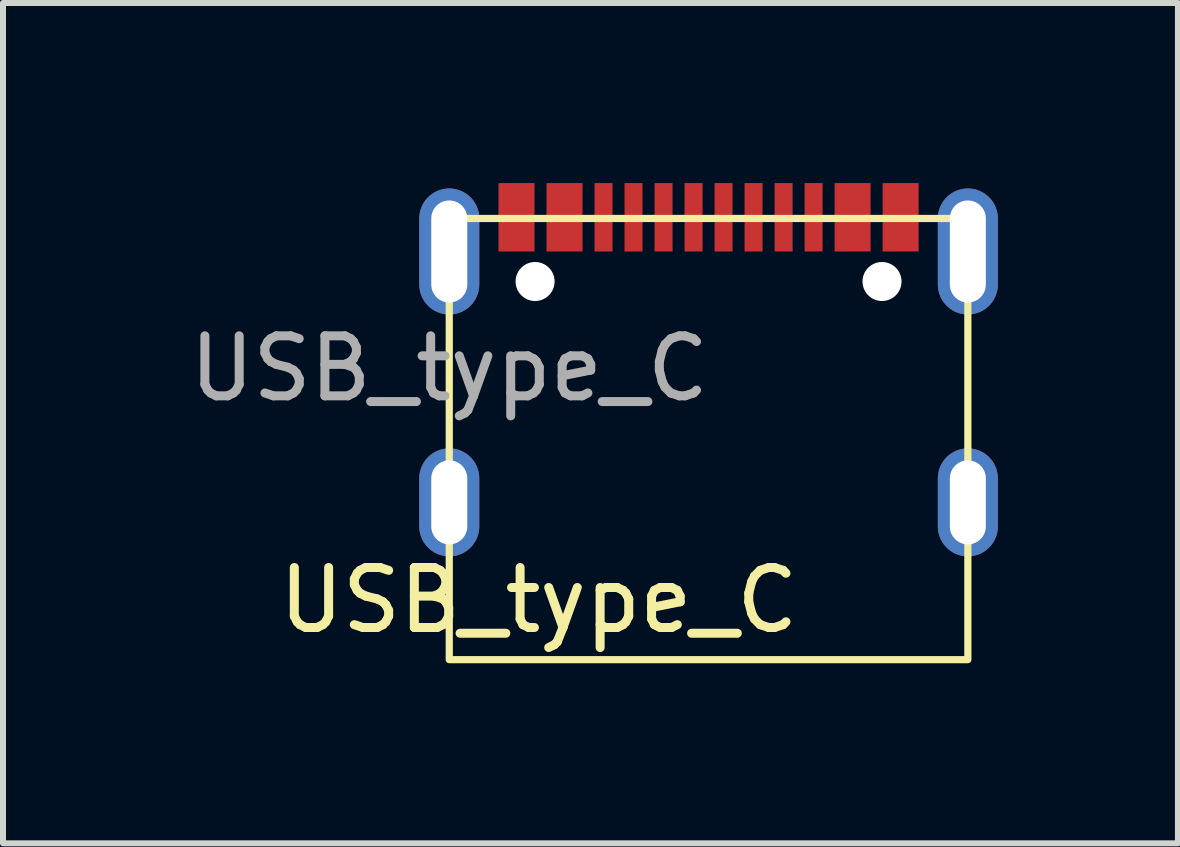
<source format=kicad_pcb>
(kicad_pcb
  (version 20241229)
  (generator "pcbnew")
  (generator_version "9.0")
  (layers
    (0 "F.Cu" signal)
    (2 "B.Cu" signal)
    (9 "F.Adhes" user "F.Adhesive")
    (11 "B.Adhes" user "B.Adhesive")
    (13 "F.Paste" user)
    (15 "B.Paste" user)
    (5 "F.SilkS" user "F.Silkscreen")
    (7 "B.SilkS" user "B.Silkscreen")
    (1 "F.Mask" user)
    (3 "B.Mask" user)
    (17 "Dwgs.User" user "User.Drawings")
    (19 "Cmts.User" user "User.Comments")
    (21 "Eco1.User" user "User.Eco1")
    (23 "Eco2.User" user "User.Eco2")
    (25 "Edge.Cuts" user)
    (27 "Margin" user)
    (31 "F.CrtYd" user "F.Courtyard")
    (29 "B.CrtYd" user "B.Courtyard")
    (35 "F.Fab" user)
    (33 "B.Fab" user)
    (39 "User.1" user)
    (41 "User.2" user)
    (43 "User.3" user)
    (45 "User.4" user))
  (footprint "USB_type_C"
    (layer "F.Cu")
    (at 4.435 0.59)
    (property "Reference" "USB_type_C" (at 1.49 6.36 0) (unlocked yes) (layer "F.SilkS") (effects (font (size 1 1) (thickness 0.15))))
    (attr through_hole)
    (fp_rect (start 0 0) (end 8.64 7.35) (stroke (width 0.12) (type solid)) (fill no) (layer "F.SilkS"))
    (fp_text user "${REFERENCE}" (at 0 2.5 0) (unlocked yes) (layer "F.Fab") (effects (font (size 1 1) (thickness 0.15))))
    (pad "" np_thru_hole circle (at 1.43 1.05 90) (size 0.65 0.65) (drill 0.65) (layers "*.Cu" "*.Mask"))
    (pad "" np_thru_hole circle (at 7.21 1.05 90) (size 0.65 0.65) (drill 0.65) (layers "*.Cu" "*.Mask"))
    (pad "1" smd rect (at 1.12 -0.02 180) (size 0.6 1.14) (layers "F.Cu" "F.Mask" "F.Paste"))
    (pad "2" smd rect (at 1.92 -0.02 180) (size 0.6 1.14) (layers "F.Cu" "F.Mask" "F.Paste"))
    (pad "3" smd rect (at 2.57 -0.02 180) (size 0.3 1.14) (layers "F.Cu" "F.Mask" "F.Paste"))
    (pad "4" smd rect (at 3.07 -0.02 180) (size 0.3 1.14) (layers "F.Cu" "F.Mask" "F.Paste"))
    (pad "5" smd rect (at 3.57 -0.02 180) (size 0.3 1.14) (layers "F.Cu" "F.Mask" "F.Paste"))
    (pad "6" smd rect (at 4.07 -0.02 180) (size 0.3 1.14) (layers "F.Cu" "F.Mask" "F.Paste"))
    (pad "7" smd rect (at 4.57 -0.02 180) (size 0.3 1.14) (layers "F.Cu" "F.Mask" "F.Paste"))
    (pad "8" smd rect (at 5.07 -0.02 180) (size 0.3 1.14) (layers "F.Cu" "F.Mask" "F.Paste"))
    (pad "9" smd rect (at 5.57 -0.02 180) (size 0.3 1.14) (layers "F.Cu" "F.Mask" "F.Paste"))
    (pad "10" smd rect (at 6.07 -0.02 180) (size 0.3 1.14) (layers "F.Cu" "F.Mask" "F.Paste"))
    (pad "11" smd rect (at 6.72 -0.02 180) (size 0.6 1.14) (layers "F.Cu" "F.Mask" "F.Paste"))
    (pad "12" smd rect (at 7.52 -0.02 180) (size 0.6 1.14) (layers "F.Cu" "F.Mask" "F.Paste"))
    (pad "S" thru_hole oval (at 0 0.55 90) (size 2.1 1) (drill oval 1.7 0.6) (layers "*.Cu" "*.Mask"))
    (pad "S" thru_hole oval (at 0 4.73 90) (size 1.8 1) (drill oval 1.4 0.6) (layers "*.Cu" "*.Mask"))
    (pad "S" thru_hole oval (at 8.64 0.55 90) (size 2.1 1) (drill oval 1.7 0.6) (layers "*.Cu" "*.Mask"))
    (pad "S" thru_hole oval (at 8.64 4.73 90) (size 1.8 1) (drill oval 1.4 0.6) (layers "*.Cu" "*.Mask")))
  (gr_rect
    (start -3 -3)
    (end 16.575 11)
    (stroke (width 0.1) (type default))
    (fill no)
    (layer "Edge.Cuts")))
</source>
